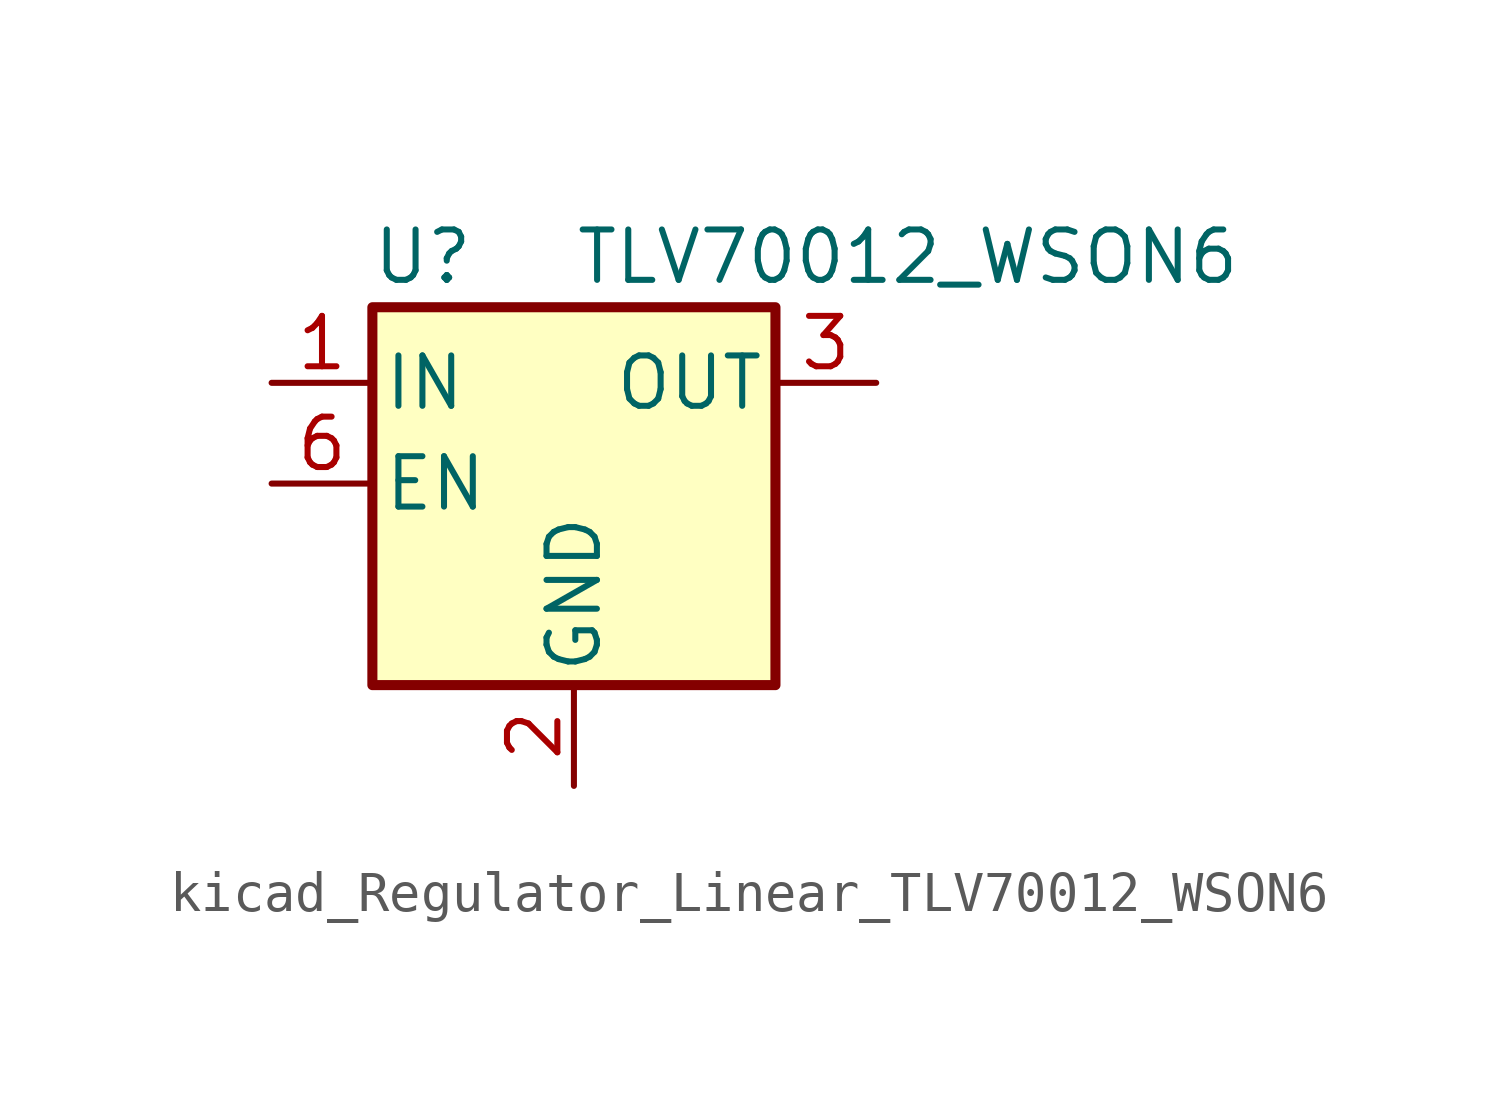
<source format=kicad_sym>
(kicad_symbol_lib
  (version 20220914)
  (generator kicad_symbol_editor)
  (symbol "kicad_Regulator_Linear_TLV70012_WSON6"
    (pin_names
      (offset 0.254))
    (property "Reference" "U"
      (at -3.81 5.715 0)
      (effects (font (size 1.27 1.27))))
    (property "Value" "TLV70012_WSON6"
      (at 0 5.715 0)
      (effects (font (size 1.27 1.27)) (justify left)))
    (symbol "kicad_Regulator_Linear_TLV70012_WSON6_0_1"
      (rectangle (start -5.08 4.445) (end 5.08 -5.08) (stroke (width 0.254) (type default)) (fill (type background))))
    (symbol "kicad_Regulator_Linear_TLV70012_WSON6_1_1"
      (pin power_in line (at -7.62 2.54 0) (length 2.54) (name "IN" (effects (font (size 1.27 1.27)))) (number "1" (effects (font (size 1.27 1.27)))))
      (pin power_in line (at 0 -7.62 90) (length 2.54) (name "GND" (effects (font (size 1.27 1.27)))) (number "2" (effects (font (size 1.27 1.27)))))
      (pin power_out line (at 7.62 2.54 180) (length 2.54) (name "OUT" (effects (font (size 1.27 1.27)))) (number "3" (effects (font (size 1.27 1.27)))))
      (pin no_connect line (at 7.62 0 180) (length 2.54) hide (name "NC" (effects (font (size 1.27 1.27)))) (number "4" (effects (font (size 1.27 1.27)))))
      (pin no_connect line (at -2.54 -5.08 90) (length 2.54) hide (name "NC" (effects (font (size 1.27 1.27)))) (number "5" (effects (font (size 1.27 1.27)))))
      (pin input line (at -7.62 0 0) (length 2.54) (name "EN" (effects (font (size 1.27 1.27)))) (number "6" (effects (font (size 1.27 1.27))))))))
</source>
